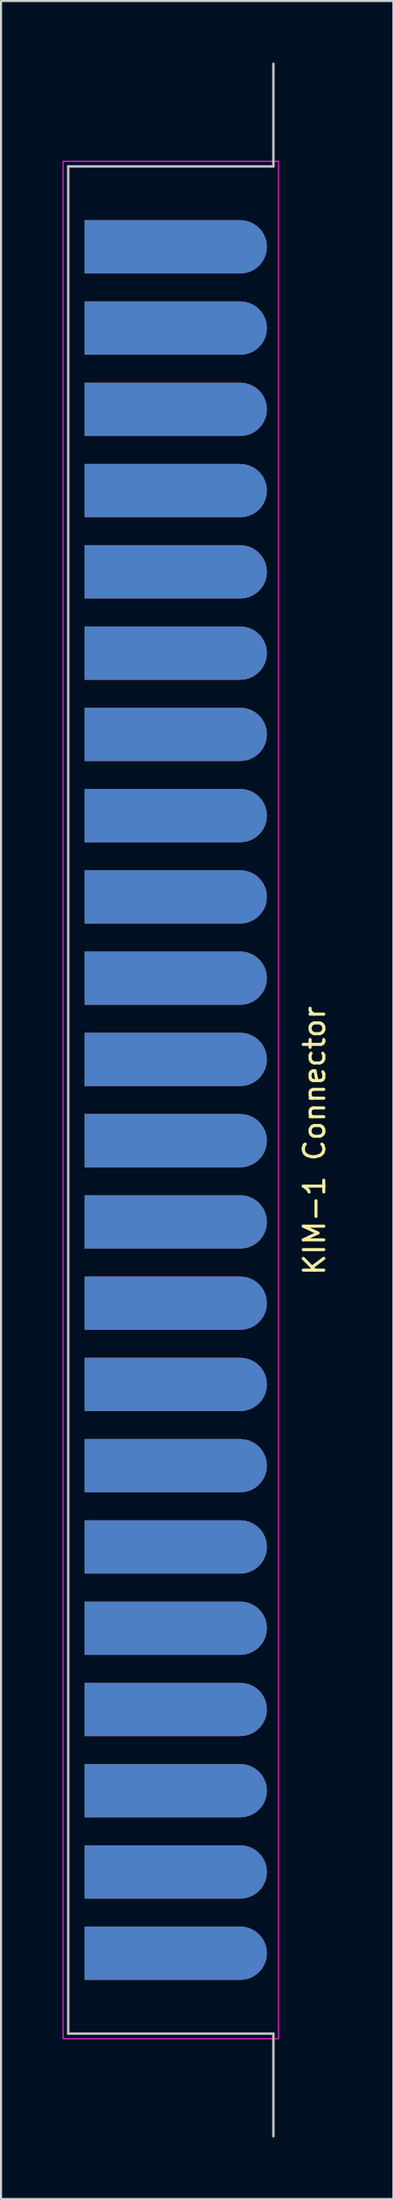
<source format=kicad_pcb>
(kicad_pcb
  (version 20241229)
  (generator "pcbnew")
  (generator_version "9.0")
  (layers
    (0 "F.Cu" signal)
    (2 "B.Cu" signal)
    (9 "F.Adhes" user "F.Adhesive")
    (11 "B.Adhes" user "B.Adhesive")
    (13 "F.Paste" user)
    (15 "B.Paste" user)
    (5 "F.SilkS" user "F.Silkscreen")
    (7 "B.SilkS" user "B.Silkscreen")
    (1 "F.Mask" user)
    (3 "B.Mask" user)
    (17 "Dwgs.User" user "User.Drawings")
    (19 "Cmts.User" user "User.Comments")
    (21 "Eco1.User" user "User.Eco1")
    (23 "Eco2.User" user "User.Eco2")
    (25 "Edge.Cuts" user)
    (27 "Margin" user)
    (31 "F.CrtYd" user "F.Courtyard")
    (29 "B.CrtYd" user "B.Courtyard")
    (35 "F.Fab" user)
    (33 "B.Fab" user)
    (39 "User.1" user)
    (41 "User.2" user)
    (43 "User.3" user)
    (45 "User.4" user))
  (footprint "KIM-1 Connector"
    (layer "F.Cu")
    (at 5.515 50.56)
    (property "Reference" "KIM-1 Connector" (at 6.76 1.98 90) (layer "F.SilkS") (effects (font (size 1 1) (thickness 0.15))))
    (attr smd)
    (fp_rect (start -5.36 -45.62) (end 4.7 45.62) (stroke (width 0.12) (type solid)) (fill yes) (layer "F.Mask"))
    (fp_rect (start -5.37 -45.62) (end 4.7 45.62) (stroke (width 0.12) (type solid)) (fill yes) (layer "B.Mask"))
    (fp_line (start -5.24 -45.5) (end -5.24 45.5) (stroke (width 0.12) (type solid)) (layer "Dwgs.User"))
    (fp_line (start -5.24 -45.5) (end 4.76 -45.5) (stroke (width 0.12) (type solid)) (layer "Dwgs.User"))
    (fp_line (start -5.24 45.5) (end 4.76 45.5) (stroke (width 0.12) (type solid)) (layer "Dwgs.User"))
    (fp_line (start 4.76 -45.5) (end 4.76 -50.5) (stroke (width 0.12) (type solid)) (layer "Dwgs.User"))
    (fp_line (start 4.76 45.5) (end 4.76 50.5) (stroke (width 0.12) (type solid)) (layer "Dwgs.User"))
    (fp_rect (start -5.49 -45.75) (end 5.01 45.75) (stroke (width 0.05) (type default)) (fill no) (layer "F.CrtYd"))
    (pad "1" connect roundrect (at 0 -41.58 90) (size 2.6 8.89) (layers "F.Cu") (roundrect_rratio 0.5) (chamfer_ratio 0) (chamfer top_left top_right))
    (pad "2" connect roundrect (at 0 -37.62 90) (size 2.6 8.89) (layers "F.Cu") (roundrect_rratio 0.5) (chamfer_ratio 0) (chamfer top_left top_right))
    (pad "3" connect roundrect (at 0 -33.66 90) (size 2.6 8.89) (layers "F.Cu") (roundrect_rratio 0.5) (chamfer_ratio 0) (chamfer top_left top_right))
    (pad "4" connect roundrect (at 0 -29.7 90) (size 2.6 8.89) (layers "F.Cu") (roundrect_rratio 0.5) (chamfer_ratio 0) (chamfer top_left top_right))
    (pad "5" connect roundrect (at 0 -25.74 90) (size 2.6 8.89) (layers "F.Cu") (roundrect_rratio 0.5) (chamfer_ratio 0) (chamfer top_left top_right))
    (pad "6" connect roundrect (at 0 -21.78 90) (size 2.6 8.89) (layers "F.Cu") (roundrect_rratio 0.5) (chamfer_ratio 0) (chamfer top_left top_right))
    (pad "7" connect roundrect (at 0 -17.82 90) (size 2.6 8.89) (layers "F.Cu") (roundrect_rratio 0.5) (chamfer_ratio 0) (chamfer top_left top_right))
    (pad "8" connect roundrect (at 0 -13.86 90) (size 2.6 8.89) (layers "F.Cu") (roundrect_rratio 0.5) (chamfer_ratio 0) (chamfer top_left top_right))
    (pad "9" connect roundrect (at 0 -9.9 90) (size 2.6 8.89) (layers "F.Cu") (roundrect_rratio 0.5) (chamfer_ratio 0) (chamfer top_left top_right))
    (pad "10" connect roundrect (at 0 -5.94 90) (size 2.6 8.89) (layers "F.Cu") (roundrect_rratio 0.5) (chamfer_ratio 0) (chamfer top_left top_right))
    (pad "11" connect roundrect (at 0 -1.98 90) (size 2.6 8.89) (layers "F.Cu") (roundrect_rratio 0.5) (chamfer_ratio 0) (chamfer top_left top_right))
    (pad "12" connect roundrect (at 0 1.98 90) (size 2.6 8.89) (layers "F.Cu") (roundrect_rratio 0.5) (chamfer_ratio 0) (chamfer top_left top_right))
    (pad "13" connect roundrect (at 0 5.94 90) (size 2.6 8.89) (layers "F.Cu") (roundrect_rratio 0.5) (chamfer_ratio 0) (chamfer top_left top_right))
    (pad "14" connect roundrect (at 0 9.9 90) (size 2.6 8.89) (layers "F.Cu") (roundrect_rratio 0.5) (chamfer_ratio 0) (chamfer top_left top_right))
    (pad "15" connect roundrect (at 0 13.86 90) (size 2.6 8.89) (layers "F.Cu") (roundrect_rratio 0.5) (chamfer_ratio 0) (chamfer top_left top_right))
    (pad "16" connect roundrect (at 0 17.82 90) (size 2.6 8.89) (layers "F.Cu") (roundrect_rratio 0.5) (chamfer_ratio 0) (chamfer top_left top_right))
    (pad "17" connect roundrect (at 0 21.78 90) (size 2.6 8.89) (layers "F.Cu") (roundrect_rratio 0.5) (chamfer_ratio 0) (chamfer top_left top_right))
    (pad "18" connect roundrect (at 0 25.74 90) (size 2.6 8.89) (layers "F.Cu") (roundrect_rratio 0.5) (chamfer_ratio 0) (chamfer top_left top_right))
    (pad "19" connect roundrect (at 0 29.7 90) (size 2.6 8.89) (layers "F.Cu") (roundrect_rratio 0.5) (chamfer_ratio 0) (chamfer top_left top_right))
    (pad "20" connect roundrect (at 0 33.66 90) (size 2.6 8.89) (layers "F.Cu") (roundrect_rratio 0.5) (chamfer_ratio 0) (chamfer top_left top_right))
    (pad "21" connect roundrect (at 0 37.62 90) (size 2.6 8.89) (layers "F.Cu") (roundrect_rratio 0.5) (chamfer_ratio 0) (chamfer top_left top_right))
    (pad "22" connect roundrect (at 0 41.58 90) (size 2.6 8.89) (layers "F.Cu") (roundrect_rratio 0.5) (chamfer_ratio 0) (chamfer top_left top_right))
    (pad "A" connect roundrect (at 0 -41.58 90) (size 2.6 8.89) (layers "B.Cu" "B.Mask") (roundrect_rratio 0.5) (chamfer_ratio 0) (chamfer top_left top_right))
    (pad "B" connect roundrect (at 0 -37.62 90) (size 2.6 8.89) (layers "B.Cu" "B.Mask") (roundrect_rratio 0.5) (chamfer_ratio 0) (chamfer top_left top_right))
    (pad "C" connect roundrect (at 0 -33.66 90) (size 2.6 8.89) (layers "B.Cu" "B.Mask") (roundrect_rratio 0.5) (chamfer_ratio 0) (chamfer top_left top_right))
    (pad "D" connect roundrect (at 0 -29.7 90) (size 2.6 8.89) (layers "B.Cu" "B.Mask") (roundrect_rratio 0.5) (chamfer_ratio 0) (chamfer top_left top_right))
    (pad "E" connect roundrect (at 0 -25.74 90) (size 2.6 8.89) (layers "B.Cu" "B.Mask") (roundrect_rratio 0.5) (chamfer_ratio 0) (chamfer top_left top_right))
    (pad "F" connect roundrect (at 0 -21.78 90) (size 2.6 8.89) (layers "B.Cu" "B.Mask") (roundrect_rratio 0.5) (chamfer_ratio 0) (chamfer top_left top_right))
    (pad "H" connect roundrect (at 0 -17.82 90) (size 2.6 8.89) (layers "B.Cu" "B.Mask") (roundrect_rratio 0.5) (chamfer_ratio 0) (chamfer top_left top_right))
    (pad "J" connect roundrect (at 0 -13.86 90) (size 2.6 8.89) (layers "B.Cu" "B.Mask") (roundrect_rratio 0.5) (chamfer_ratio 0) (chamfer top_left top_right))
    (pad "K" connect roundrect (at 0 -9.9 90) (size 2.6 8.89) (layers "B.Cu" "B.Mask") (roundrect_rratio 0.5) (chamfer_ratio 0) (chamfer top_left top_right))
    (pad "L" connect roundrect (at 0 -5.94 90) (size 2.6 8.89) (layers "B.Cu" "B.Mask") (roundrect_rratio 0.5) (chamfer_ratio 0) (chamfer top_left top_right))
    (pad "M" connect roundrect (at 0 -1.98 90) (size 2.6 8.89) (layers "B.Cu" "B.Mask") (roundrect_rratio 0.5) (chamfer_ratio 0) (chamfer top_left top_right))
    (pad "N" connect roundrect (at 0 1.98 90) (size 2.6 8.89) (layers "B.Cu" "B.Mask") (roundrect_rratio 0.5) (chamfer_ratio 0) (chamfer top_left top_right))
    (pad "P" connect roundrect (at 0 5.94 90) (size 2.6 8.89) (layers "B.Cu" "B.Mask") (roundrect_rratio 0.5) (chamfer_ratio 0) (chamfer top_left top_right))
    (pad "R" connect roundrect (at 0 9.9 90) (size 2.6 8.89) (layers "B.Cu" "B.Mask") (roundrect_rratio 0.5) (chamfer_ratio 0) (chamfer top_left top_right))
    (pad "S" connect roundrect (at 0 13.86 90) (size 2.6 8.89) (layers "B.Cu" "B.Mask") (roundrect_rratio 0.5) (chamfer_ratio 0) (chamfer top_left top_right))
    (pad "T" connect roundrect (at 0 17.82 90) (size 2.6 8.89) (layers "B.Cu" "B.Mask") (roundrect_rratio 0.5) (chamfer_ratio 0) (chamfer top_left top_right))
    (pad "U" connect roundrect (at 0 21.78 90) (size 2.6 8.89) (layers "B.Cu" "B.Mask") (roundrect_rratio 0.5) (chamfer_ratio 0) (chamfer top_left top_right))
    (pad "V" connect roundrect (at 0 25.74 90) (size 2.6 8.89) (layers "B.Cu" "B.Mask") (roundrect_rratio 0.5) (chamfer_ratio 0) (chamfer top_left top_right))
    (pad "W" connect roundrect (at 0 29.7 90) (size 2.6 8.89) (layers "B.Cu" "B.Mask") (roundrect_rratio 0.5) (chamfer_ratio 0) (chamfer top_left top_right))
    (pad "X" connect roundrect (at 0 33.66 90) (size 2.6 8.89) (layers "B.Cu" "B.Mask") (roundrect_rratio 0.5) (chamfer_ratio 0) (chamfer top_left top_right))
    (pad "Y" connect roundrect (at 0 37.62 90) (size 2.6 8.89) (layers "B.Cu" "B.Mask") (roundrect_rratio 0.5) (chamfer_ratio 0) (chamfer top_left top_right))
    (pad "Z" connect roundrect (at 0 41.58 90) (size 2.6 8.89) (layers "B.Cu" "B.Mask") (roundrect_rratio 0.5) (chamfer_ratio 0) (chamfer top_left top_right)))
  (gr_rect
    (start -3 -3)
    (end 16.123 104.12)
    (stroke (width 0.1) (type default))
    (fill no)
    (layer "Edge.Cuts")))
</source>
